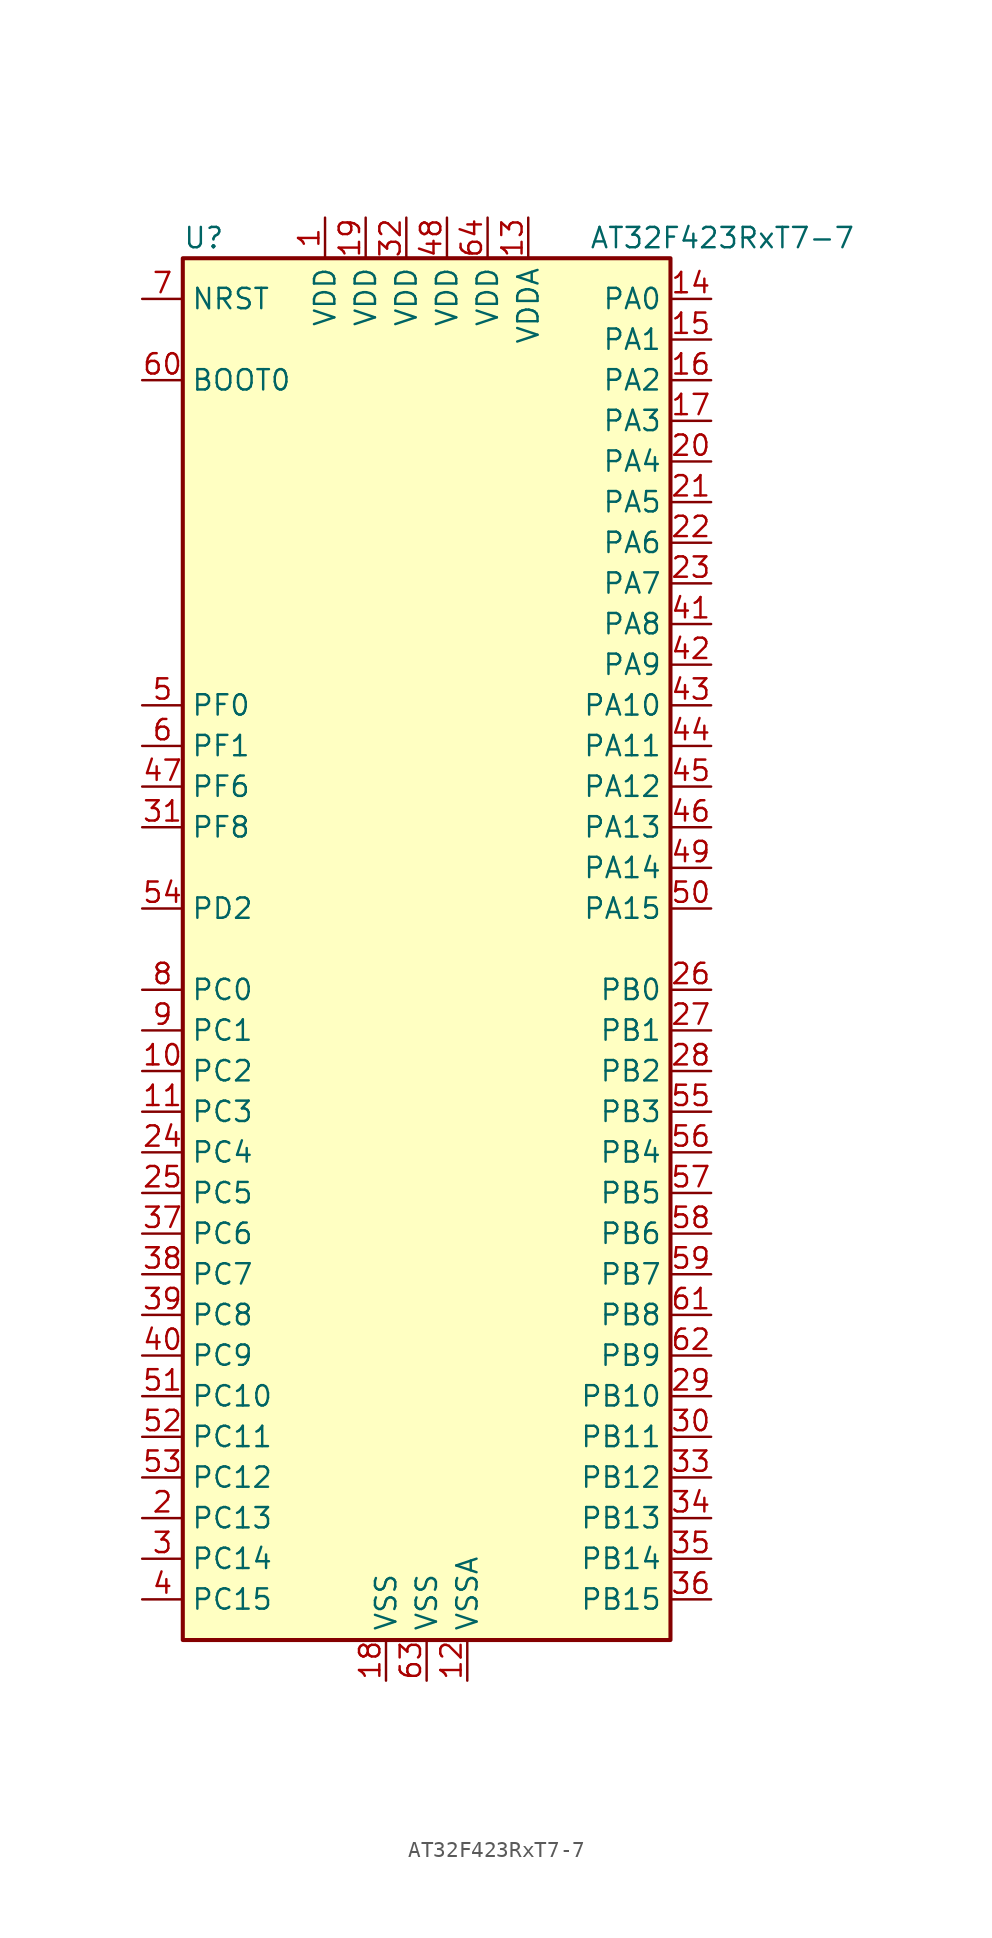
<source format=kicad_sym>
(kicad_symbol_lib
  (version 20220331)
  (generator kicad_symbol_editor)
  (symbol "AT32F423RxT7-7"
    (property "Reference" "U"
      (at -15.24 44.45 0)
      (effects (font (size 1.27 1.27)) (justify left)))
    (property "Value" "AT32F423RxT7-7"
      (at 10.16 44.45 0)
      (effects (font (size 1.27 1.27)) (justify left)))
    (symbol "AT32F423RxT7-7_0_1"
      (rectangle (start -15.24 -43.18) (end 15.24 43.18) (stroke (width 0.254) (type default)) (fill (type background))))
    (symbol "AT32F423RxT7-7_1_1"
      (pin power_in line (at -6.35 45.72 270) (length 2.54) (name "VDD" (effects (font (size 1.27 1.27)))) (number "1" (effects (font (size 1.27 1.27)))))
      (pin bidirectional line (at -17.78 -7.62 0) (length 2.54) (name "PC2" (effects (font (size 1.27 1.27)))) (number "10" (effects (font (size 1.27 1.27)))))
      (pin bidirectional line (at -17.78 -10.16 0) (length 2.54) (name "PC3" (effects (font (size 1.27 1.27)))) (number "11" (effects (font (size 1.27 1.27)))))
      (pin power_in line (at 2.54 -45.72 90) (length 2.54) (name "VSSA" (effects (font (size 1.27 1.27)))) (number "12" (effects (font (size 1.27 1.27)))))
      (pin power_in line (at 6.35 45.72 270) (length 2.54) (name "VDDA" (effects (font (size 1.27 1.27)))) (number "13" (effects (font (size 1.27 1.27)))))
      (pin bidirectional line (at 17.78 40.64 180) (length 2.54) (name "PA0" (effects (font (size 1.27 1.27)))) (number "14" (effects (font (size 1.27 1.27)))))
      (pin bidirectional line (at 17.78 38.1 180) (length 2.54) (name "PA1" (effects (font (size 1.27 1.27)))) (number "15" (effects (font (size 1.27 1.27)))))
      (pin bidirectional line (at 17.78 35.56 180) (length 2.54) (name "PA2" (effects (font (size 1.27 1.27)))) (number "16" (effects (font (size 1.27 1.27)))))
      (pin bidirectional line (at 17.78 33.02 180) (length 2.54) (name "PA3" (effects (font (size 1.27 1.27)))) (number "17" (effects (font (size 1.27 1.27)))))
      (pin power_in line (at -2.54 -45.72 90) (length 2.54) (name "VSS" (effects (font (size 1.27 1.27)))) (number "18" (effects (font (size 1.27 1.27)))))
      (pin power_in line (at -3.81 45.72 270) (length 2.54) (name "VDD" (effects (font (size 1.27 1.27)))) (number "19" (effects (font (size 1.27 1.27)))))
      (pin bidirectional line (at -17.78 -35.56 0) (length 2.54) (name "PC13" (effects (font (size 1.27 1.27)))) (number "2" (effects (font (size 1.27 1.27)))))
      (pin bidirectional line (at 17.78 30.48 180) (length 2.54) (name "PA4" (effects (font (size 1.27 1.27)))) (number "20" (effects (font (size 1.27 1.27)))))
      (pin bidirectional line (at 17.78 27.94 180) (length 2.54) (name "PA5" (effects (font (size 1.27 1.27)))) (number "21" (effects (font (size 1.27 1.27)))))
      (pin bidirectional line (at 17.78 25.4 180) (length 2.54) (name "PA6" (effects (font (size 1.27 1.27)))) (number "22" (effects (font (size 1.27 1.27)))))
      (pin bidirectional line (at 17.78 22.86 180) (length 2.54) (name "PA7" (effects (font (size 1.27 1.27)))) (number "23" (effects (font (size 1.27 1.27)))))
      (pin bidirectional line (at -17.78 -12.7 0) (length 2.54) (name "PC4" (effects (font (size 1.27 1.27)))) (number "24" (effects (font (size 1.27 1.27)))))
      (pin bidirectional line (at -17.78 -15.24 0) (length 2.54) (name "PC5" (effects (font (size 1.27 1.27)))) (number "25" (effects (font (size 1.27 1.27)))))
      (pin bidirectional line (at 17.78 -2.54 180) (length 2.54) (name "PB0" (effects (font (size 1.27 1.27)))) (number "26" (effects (font (size 1.27 1.27)))))
      (pin bidirectional line (at 17.78 -5.08 180) (length 2.54) (name "PB1" (effects (font (size 1.27 1.27)))) (number "27" (effects (font (size 1.27 1.27)))))
      (pin bidirectional line (at 17.78 -7.62 180) (length 2.54) (name "PB2" (effects (font (size 1.27 1.27)))) (number "28" (effects (font (size 1.27 1.27)))))
      (pin bidirectional line (at 17.78 -27.94 180) (length 2.54) (name "PB10" (effects (font (size 1.27 1.27)))) (number "29" (effects (font (size 1.27 1.27)))))
      (pin bidirectional line (at -17.78 -38.1 0) (length 2.54) (name "PC14" (effects (font (size 1.27 1.27)))) (number "3" (effects (font (size 1.27 1.27)))))
      (pin bidirectional line (at 17.78 -30.48 180) (length 2.54) (name "PB11" (effects (font (size 1.27 1.27)))) (number "30" (effects (font (size 1.27 1.27)))))
      (pin bidirectional line (at -17.78 7.62 0) (length 2.54) (name "PF8" (effects (font (size 1.27 1.27)))) (number "31" (effects (font (size 1.27 1.27)))))
      (pin power_in line (at -1.27 45.72 270) (length 2.54) (name "VDD" (effects (font (size 1.27 1.27)))) (number "32" (effects (font (size 1.27 1.27)))))
      (pin bidirectional line (at 17.78 -33.02 180) (length 2.54) (name "PB12" (effects (font (size 1.27 1.27)))) (number "33" (effects (font (size 1.27 1.27)))))
      (pin bidirectional line (at 17.78 -35.56 180) (length 2.54) (name "PB13" (effects (font (size 1.27 1.27)))) (number "34" (effects (font (size 1.27 1.27)))))
      (pin bidirectional line (at 17.78 -38.1 180) (length 2.54) (name "PB14" (effects (font (size 1.27 1.27)))) (number "35" (effects (font (size 1.27 1.27)))))
      (pin bidirectional line (at 17.78 -40.64 180) (length 2.54) (name "PB15" (effects (font (size 1.27 1.27)))) (number "36" (effects (font (size 1.27 1.27)))))
      (pin bidirectional line (at -17.78 -17.78 0) (length 2.54) (name "PC6" (effects (font (size 1.27 1.27)))) (number "37" (effects (font (size 1.27 1.27)))))
      (pin bidirectional line (at -17.78 -20.32 0) (length 2.54) (name "PC7" (effects (font (size 1.27 1.27)))) (number "38" (effects (font (size 1.27 1.27)))))
      (pin bidirectional line (at -17.78 -22.86 0) (length 2.54) (name "PC8" (effects (font (size 1.27 1.27)))) (number "39" (effects (font (size 1.27 1.27)))))
      (pin bidirectional line (at -17.78 -40.64 0) (length 2.54) (name "PC15" (effects (font (size 1.27 1.27)))) (number "4" (effects (font (size 1.27 1.27)))))
      (pin bidirectional line (at -17.78 -25.4 0) (length 2.54) (name "PC9" (effects (font (size 1.27 1.27)))) (number "40" (effects (font (size 1.27 1.27)))))
      (pin bidirectional line (at 17.78 20.32 180) (length 2.54) (name "PA8" (effects (font (size 1.27 1.27)))) (number "41" (effects (font (size 1.27 1.27)))))
      (pin bidirectional line (at 17.78 17.78 180) (length 2.54) (name "PA9" (effects (font (size 1.27 1.27)))) (number "42" (effects (font (size 1.27 1.27)))))
      (pin bidirectional line (at 17.78 15.24 180) (length 2.54) (name "PA10" (effects (font (size 1.27 1.27)))) (number "43" (effects (font (size 1.27 1.27)))))
      (pin bidirectional line (at 17.78 12.7 180) (length 2.54) (name "PA11" (effects (font (size 1.27 1.27)))) (number "44" (effects (font (size 1.27 1.27)))))
      (pin bidirectional line (at 17.78 10.16 180) (length 2.54) (name "PA12" (effects (font (size 1.27 1.27)))) (number "45" (effects (font (size 1.27 1.27)))))
      (pin bidirectional line (at 17.78 7.62 180) (length 2.54) (name "PA13" (effects (font (size 1.27 1.27)))) (number "46" (effects (font (size 1.27 1.27)))))
      (pin bidirectional line (at -17.78 10.16 0) (length 2.54) (name "PF6" (effects (font (size 1.27 1.27)))) (number "47" (effects (font (size 1.27 1.27)))))
      (pin power_in line (at 1.27 45.72 270) (length 2.54) (name "VDD" (effects (font (size 1.27 1.27)))) (number "48" (effects (font (size 1.27 1.27)))))
      (pin bidirectional line (at 17.78 5.08 180) (length 2.54) (name "PA14" (effects (font (size 1.27 1.27)))) (number "49" (effects (font (size 1.27 1.27)))))
      (pin input line (at -17.78 15.24 0) (length 2.54) (name "PF0" (effects (font (size 1.27 1.27)))) (number "5" (effects (font (size 1.27 1.27)))))
      (pin bidirectional line (at 17.78 2.54 180) (length 2.54) (name "PA15" (effects (font (size 1.27 1.27)))) (number "50" (effects (font (size 1.27 1.27)))))
      (pin bidirectional line (at -17.78 -27.94 0) (length 2.54) (name "PC10" (effects (font (size 1.27 1.27)))) (number "51" (effects (font (size 1.27 1.27)))))
      (pin bidirectional line (at -17.78 -30.48 0) (length 2.54) (name "PC11" (effects (font (size 1.27 1.27)))) (number "52" (effects (font (size 1.27 1.27)))))
      (pin bidirectional line (at -17.78 -33.02 0) (length 2.54) (name "PC12" (effects (font (size 1.27 1.27)))) (number "53" (effects (font (size 1.27 1.27)))))
      (pin bidirectional line (at -17.78 2.54 0) (length 2.54) (name "PD2" (effects (font (size 1.27 1.27)))) (number "54" (effects (font (size 1.27 1.27)))))
      (pin bidirectional line (at 17.78 -10.16 180) (length 2.54) (name "PB3" (effects (font (size 1.27 1.27)))) (number "55" (effects (font (size 1.27 1.27)))))
      (pin bidirectional line (at 17.78 -12.7 180) (length 2.54) (name "PB4" (effects (font (size 1.27 1.27)))) (number "56" (effects (font (size 1.27 1.27)))))
      (pin bidirectional line (at 17.78 -15.24 180) (length 2.54) (name "PB5" (effects (font (size 1.27 1.27)))) (number "57" (effects (font (size 1.27 1.27)))))
      (pin bidirectional line (at 17.78 -17.78 180) (length 2.54) (name "PB6" (effects (font (size 1.27 1.27)))) (number "58" (effects (font (size 1.27 1.27)))))
      (pin bidirectional line (at 17.78 -20.32 180) (length 2.54) (name "PB7" (effects (font (size 1.27 1.27)))) (number "59" (effects (font (size 1.27 1.27)))))
      (pin input line (at -17.78 12.7 0) (length 2.54) (name "PF1" (effects (font (size 1.27 1.27)))) (number "6" (effects (font (size 1.27 1.27)))))
      (pin input line (at -17.78 35.56 0) (length 2.54) (name "BOOT0" (effects (font (size 1.27 1.27)))) (number "60" (effects (font (size 1.27 1.27)))))
      (pin bidirectional line (at 17.78 -22.86 180) (length 2.54) (name "PB8" (effects (font (size 1.27 1.27)))) (number "61" (effects (font (size 1.27 1.27)))))
      (pin bidirectional line (at 17.78 -25.4 180) (length 2.54) (name "PB9" (effects (font (size 1.27 1.27)))) (number "62" (effects (font (size 1.27 1.27)))))
      (pin power_in line (at 0 -45.72 90) (length 2.54) (name "VSS" (effects (font (size 1.27 1.27)))) (number "63" (effects (font (size 1.27 1.27)))))
      (pin power_in line (at 3.81 45.72 270) (length 2.54) (name "VDD" (effects (font (size 1.27 1.27)))) (number "64" (effects (font (size 1.27 1.27)))))
      (pin input line (at -17.78 40.64 0) (length 2.54) (name "NRST" (effects (font (size 1.27 1.27)))) (number "7" (effects (font (size 1.27 1.27)))))
      (pin bidirectional line (at -17.78 -2.54 0) (length 2.54) (name "PC0" (effects (font (size 1.27 1.27)))) (number "8" (effects (font (size 1.27 1.27)))))
      (pin bidirectional line (at -17.78 -5.08 0) (length 2.54) (name "PC1" (effects (font (size 1.27 1.27)))) (number "9" (effects (font (size 1.27 1.27))))))))
</source>
